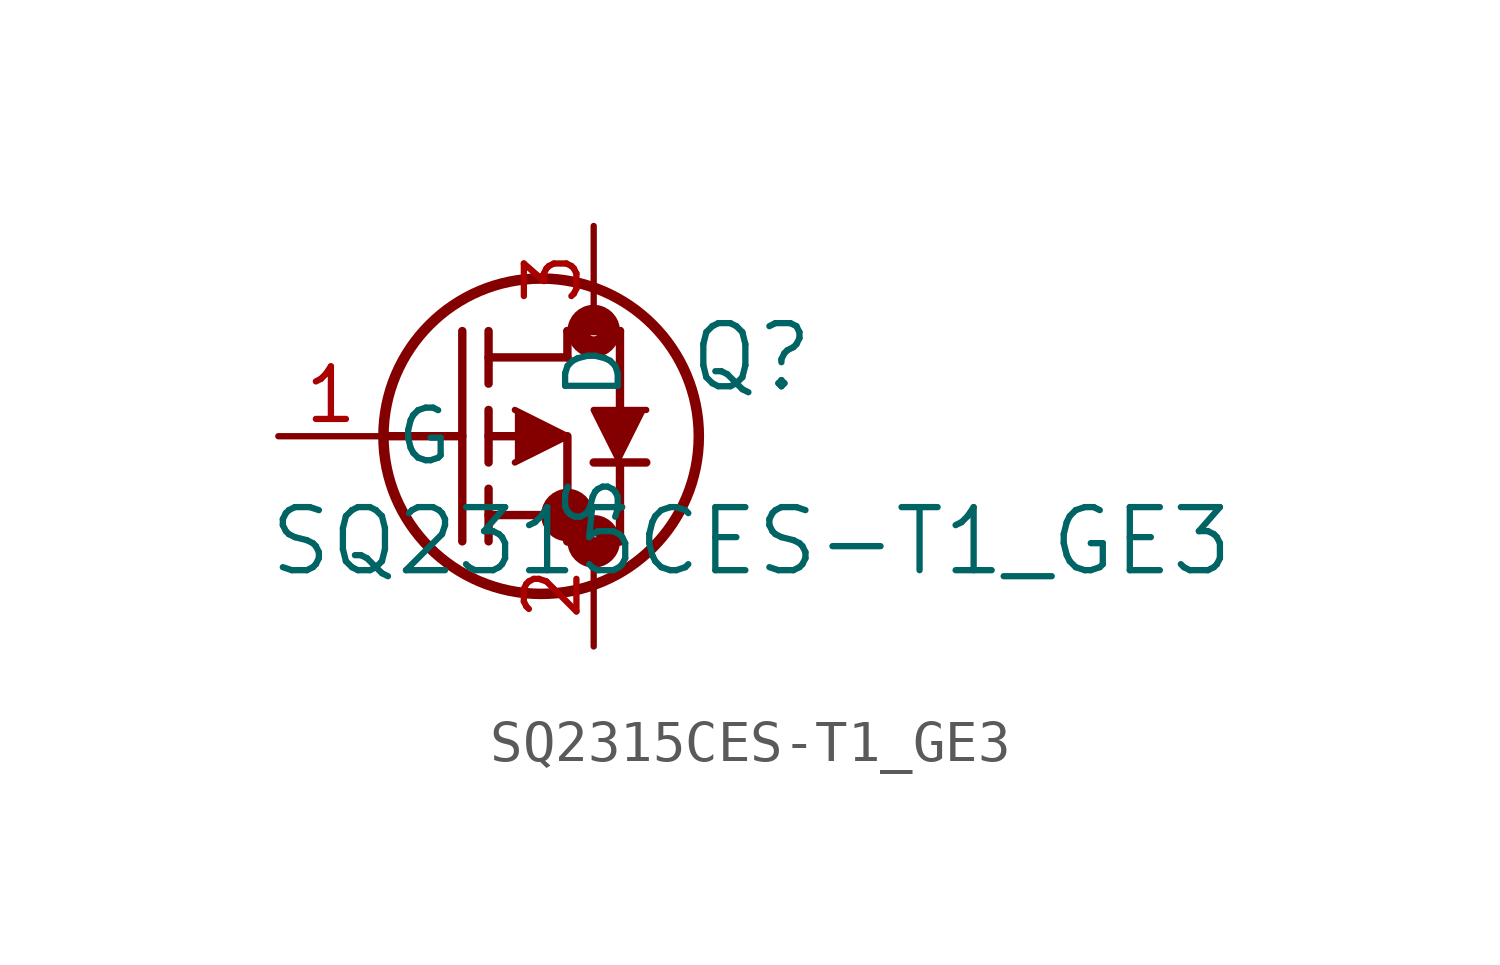
<source format=kicad_sym>
(kicad_symbol_lib
  (version 20211014)
  (generator kicad_symbol_editor)
  (symbol "SQ2315CES-T1_GE3"
    (pin_names
      (offset 0.254))
    (property "Reference" "Q"
      (at 11.43 1.905 0)
      (effects (font (size 1.524 1.524))))
    (property "Value" "SQ2315CES-T1_GE3"
      (at 11.43 -2.54 0)
      (effects (font (size 1.524 1.524))))
    (symbol "SQ2315CES-T1_GE3_0_1"
      (circle (center 7.62 2.54) (radius 0.127) (stroke (width 0.508) (type default) (color 0 0 0 0)) (fill (type none)))
      (circle (center 7.62 -2.54) (radius 0.127) (stroke (width 0.508) (type default) (color 0 0 0 0)) (fill (type none)))
      (circle (center 6.985 -1.905) (radius 0.127) (stroke (width 0.508) (type default) (color 0 0 0 0)) (fill (type none)))
      (circle (center 6.35 0) (radius 3.81) (stroke (width 0.254) (type default) (color 0 0 0 0)) (fill (type none)))
      (polyline (pts (xy 2.54 0) (xy 4.445 0)) (stroke (width 0.203) (type default) (color 0 0 0 0)) (fill (type none)))
      (polyline (pts (xy 4.445 -2.54) (xy 4.445 2.54)) (stroke (width 0.203) (type default) (color 0 0 0 0)) (fill (type none)))
      (polyline (pts (xy 5.08 -0.635) (xy 5.08 0.635)) (stroke (width 0.203) (type default) (color 0 0 0 0)) (fill (type none)))
      (polyline (pts (xy 5.08 -2.54) (xy 5.08 -1.27)) (stroke (width 0.203) (type default) (color 0 0 0 0)) (fill (type none)))
      (polyline (pts (xy 5.08 1.27) (xy 5.08 2.54)) (stroke (width 0.203) (type default) (color 0 0 0 0)) (fill (type none)))
      (polyline (pts (xy 5.08 0) (xy 5.715 0)) (stroke (width 0.203) (type default) (color 0 0 0 0)) (fill (type none)))
      (polyline (pts (xy 5.08 -1.905) (xy 6.985 -1.905)) (stroke (width 0.203) (type default) (color 0 0 0 0)) (fill (type none)))
      (polyline (pts (xy 6.985 -2.54) (xy 6.985 0)) (stroke (width 0.203) (type default) (color 0 0 0 0)) (fill (type none)))
      (polyline (pts (xy 6.985 -2.54) (xy 8.255 -2.54)) (stroke (width 0.203) (type default) (color 0 0 0 0)) (fill (type none)))
      (polyline (pts (xy 5.08 1.905) (xy 6.985 1.905)) (stroke (width 0.203) (type default) (color 0 0 0 0)) (fill (type none)))
      (polyline (pts (xy 8.255 0.635) (xy 8.255 2.54)) (stroke (width 0.203) (type default) (color 0 0 0 0)) (fill (type none)))
      (polyline (pts (xy 5.715 0.635) (xy 6.985 0) (xy 5.715 -0.635)) (stroke (width 0) (type default) (color 0 0 0 0)) (fill (type outline)))
      (polyline (pts (xy 8.89 -0.635) (xy 7.62 -0.635)) (stroke (width 0.203) (type default) (color 0 0 0 0)) (fill (type none)))
      (polyline (pts (xy 8.89 0.635) (xy 7.62 0.635) (xy 8.255 -0.635)) (stroke (width 0) (type default) (color 0 0 0 0)) (fill (type outline)))
      (polyline (pts (xy 6.985 2.54) (xy 8.255 2.54)) (stroke (width 0.203) (type default) (color 0 0 0 0)) (fill (type none)))
      (polyline (pts (xy 6.985 1.905) (xy 6.985 2.54)) (stroke (width 0.203) (type default) (color 0 0 0 0)) (fill (type none)))
      (polyline (pts (xy 8.255 -2.54) (xy 8.255 -0.635)) (stroke (width 0.203) (type default) (color 0 0 0 0)) (fill (type none)))
      (pin unspecified line (at 0 0 0) (length 2.54) (name "G" (effects (font (size 1.27 1.27)))) (number "1" (effects (font (size 1.27 1.27)))))
      (pin unspecified line (at 7.62 -5.08 90) (length 2.54) (name "S" (effects (font (size 1.27 1.27)))) (number "2" (effects (font (size 1.27 1.27)))))
      (pin unspecified line (at 7.62 5.08 270) (length 2.54) (name "D" (effects (font (size 1.27 1.27)))) (number "3" (effects (font (size 1.27 1.27))))))))
</source>
